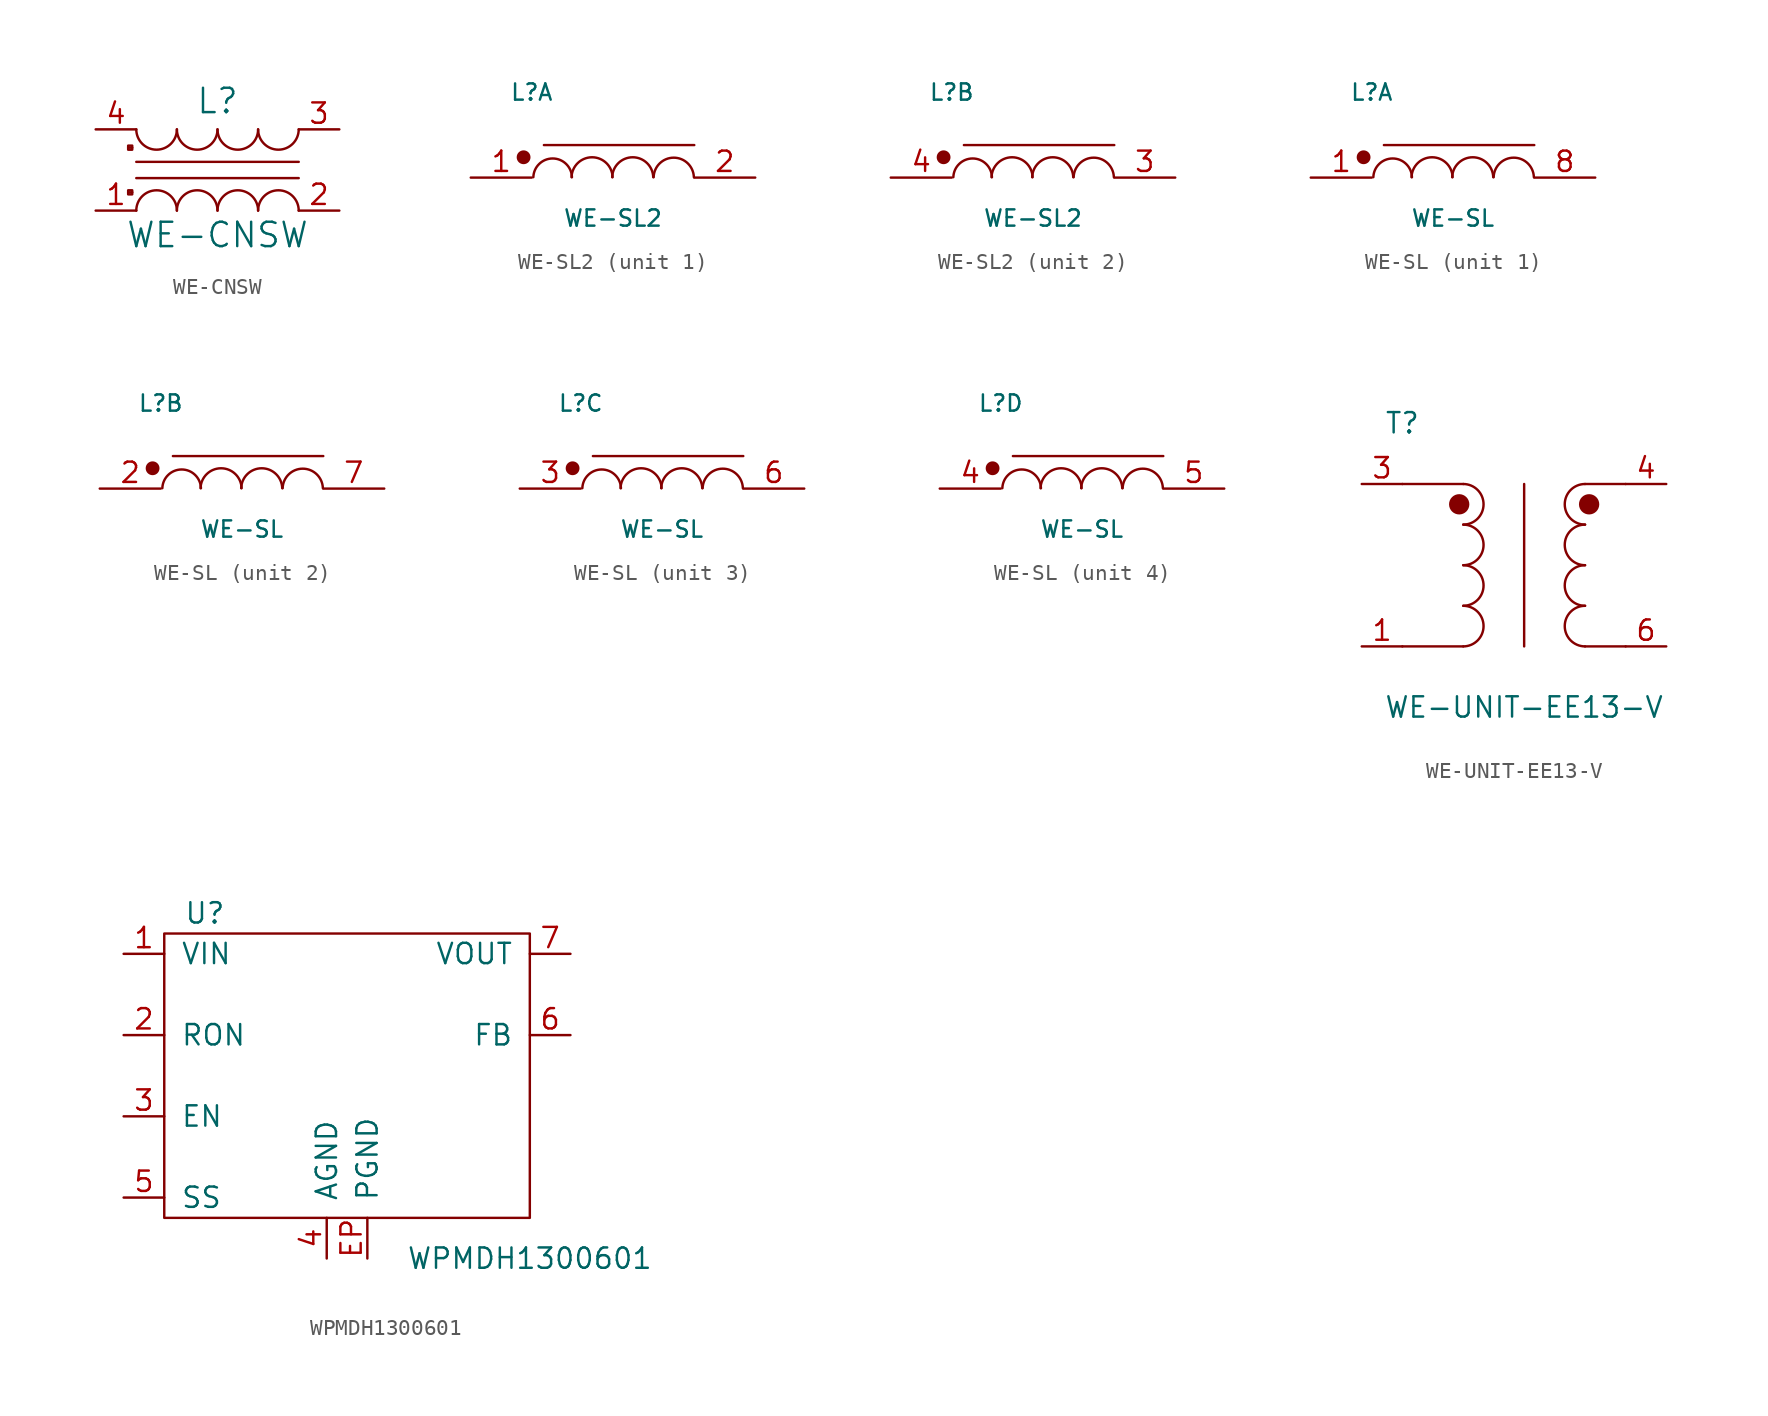
<source format=kicad_sym>
(kicad_symbol_lib
  (version 20211014)
  (generator kicad_symbol_editor)
  (symbol "WE-CNSW"
    (pin_names
      (offset 1.016))
    (property "Reference" "L"
      (at 0 4.318 0)
      (effects (font (size 1.524 1.524))))
    (property "Value" "WE-CNSW"
      (at 0 -4.064 0)
      (effects (font (size 1.524 1.524))))
    (property "Footprint" ""
      (at 0 -0.254 0)
      (effects (font (size 1.524 1.524))))
    (property "Datasheet" ""
      (at 0 -0.254 0)
      (effects (font (size 1.524 1.524))))
    (symbol "WE-CNSW_0_1"
      (arc (start -5.08 2.54) (mid -3.81 1.27) (end -2.54 2.54) (stroke (width 0) (type default) (color 0 0 0 0)) (fill (type none)))
      (arc (start -2.54 -2.54) (mid -3.81 -1.27) (end -5.08 -2.54) (stroke (width 0) (type default) (color 0 0 0 0)) (fill (type none)))
      (arc (start -2.54 2.54) (mid -1.27 1.27) (end 0 2.54) (stroke (width 0) (type default) (color 0 0 0 0)) (fill (type none)))
      (arc (start 0 -2.54) (mid -1.27 -1.27) (end -2.54 -2.54) (stroke (width 0) (type default) (color 0 0 0 0)) (fill (type none)))
      (polyline (pts (xy -5.588 -1.397) (xy -5.334 -1.397)) (stroke (width 0) (type default) (color 0 0 0 0)) (fill (type none)))
      (polyline (pts (xy -5.588 1.397) (xy -5.334 1.397)) (stroke (width 0) (type default) (color 0 0 0 0)) (fill (type none)))
      (polyline (pts (xy -5.08 0.508) (xy 5.08 0.508)) (stroke (width 0) (type default) (color 0 0 0 0)) (fill (type none)))
      (polyline (pts (xy 5.08 -0.508) (xy -5.08 -0.508)) (stroke (width 0) (type default) (color 0 0 0 0)) (fill (type none)))
      (polyline (pts (xy -5.588 -1.27) (xy -5.588 -1.524) (xy -5.334 -1.524) (xy -5.334 -1.27) (xy -5.588 -1.27)) (stroke (width 0) (type default) (color 0 0 0 0)) (fill (type none)))
      (polyline (pts (xy -5.588 1.524) (xy -5.588 1.27) (xy -5.334 1.27) (xy -5.334 1.524) (xy -5.588 1.524)) (stroke (width 0) (type default) (color 0 0 0 0)) (fill (type none)))
      (arc (start 0 2.54) (mid 1.27 1.27) (end 2.54 2.54) (stroke (width 0) (type default) (color 0 0 0 0)) (fill (type none)))
      (arc (start 2.54 -2.54) (mid 1.27 -1.27) (end 0 -2.54) (stroke (width 0) (type default) (color 0 0 0 0)) (fill (type none)))
      (arc (start 2.54 2.54) (mid 3.81 1.27) (end 5.08 2.54) (stroke (width 0) (type default) (color 0 0 0 0)) (fill (type none)))
      (arc (start 5.08 -2.54) (mid 3.81 -1.27) (end 2.54 -2.54) (stroke (width 0) (type default) (color 0 0 0 0)) (fill (type none))))
    (symbol "WE-CNSW_1_1"
      (pin passive line (at -7.62 -2.54 0) (length 2.54) (name "~" (effects (font (size 1.27 1.27)))) (number "1" (effects (font (size 1.27 1.27)))))
      (pin passive line (at 7.62 -2.54 180) (length 2.54) (name "~" (effects (font (size 1.27 1.27)))) (number "2" (effects (font (size 1.27 1.27)))))
      (pin passive line (at 7.62 2.54 180) (length 2.54) (name "~" (effects (font (size 1.27 1.27)))) (number "3" (effects (font (size 1.27 1.27)))))
      (pin passive line (at -7.62 2.54 0) (length 2.54) (name "~" (effects (font (size 1.27 1.27)))) (number "4" (effects (font (size 1.27 1.27)))))))
  (symbol "WE-SL2"
    (pin_names
      (offset 1.016) hide)
    (property "Reference" "L"
      (at -5.08 5.334 0)
      (effects (font (size 1.016 1.016))))
    (property "Value" "WE-SL2"
      (at 0 -2.54 0)
      (effects (font (size 1.016 1.016))))
    (property "Footprint" ""
      (at 0 0 0)
      (effects (font (size 1.524 1.524))))
    (property "Datasheet" ""
      (at 0 0 0)
      (effects (font (size 1.524 1.524))))
    (symbol "WE-SL2_0_1"
      (circle (center -5.588 1.27) (radius 0.356) (stroke (width 0) (type default) (color 0 0 0 0)) (fill (type outline)))
      (arc (start -2.5654 0.0254) (mid -3.7595 1.1941) (end -4.9784 0.0254) (stroke (width 0) (type default) (color 0 0 0 0)) (fill (type none)))
      (arc (start -0.0254 0.0254) (mid -1.2956 1.2703) (end -2.5908 0.0254) (stroke (width 0) (type default) (color 0 0 0 0)) (fill (type none)))
      (polyline (pts (xy -4.318 2.032) (xy 5.08 2.032)) (stroke (width 0) (type default) (color 0 0 0 0)) (fill (type none)))
      (arc (start 2.5146 0.0254) (mid 1.2444 1.2703) (end -0.0508 0.0254) (stroke (width 0) (type default) (color 0 0 0 0)) (fill (type none)))
      (arc (start 5.0546 0.0254) (mid 3.8097 1.2449) (end 2.54 0.0254) (stroke (width 0) (type default) (color 0 0 0 0)) (fill (type none))))
    (symbol "WE-SL2_1_1"
      (pin passive line (at -8.89 0 0) (length 3.81) (name "3" (effects (font (size 1.27 1.27)))) (number "1" (effects (font (size 1.27 1.27)))))
      (pin passive line (at 8.89 0 180) (length 3.81) (name "4" (effects (font (size 1.27 1.27)))) (number "2" (effects (font (size 1.27 1.27))))))
    (symbol "WE-SL2_2_1"
      (pin passive line (at 8.89 0 180) (length 3.81) (name "3" (effects (font (size 1.27 1.27)))) (number "3" (effects (font (size 1.27 1.27)))))
      (pin passive line (at -8.89 0 0) (length 3.81) (name "4" (effects (font (size 1.27 1.27)))) (number "4" (effects (font (size 1.27 1.27)))))))
  (symbol "WE-SL"
    (pin_names
      (offset 1.016) hide)
    (property "Reference" "L"
      (at -5.08 5.334 0)
      (effects (font (size 1.016 1.016))))
    (property "Value" "WE-SL"
      (at 0 -2.54 0)
      (effects (font (size 1.016 1.016))))
    (property "Footprint" ""
      (at 0 0 0)
      (effects (font (size 1.524 1.524))))
    (property "Datasheet" ""
      (at 0 0 0)
      (effects (font (size 1.524 1.524))))
    (symbol "WE-SL_0_1"
      (circle (center -5.588 1.27) (radius 0.356) (stroke (width 0) (type default) (color 0 0 0 0)) (fill (type outline)))
      (arc (start -2.5654 0.0254) (mid -3.7595 1.1941) (end -4.9784 0.0254) (stroke (width 0) (type default) (color 0 0 0 0)) (fill (type none)))
      (arc (start -0.0254 0.0254) (mid -1.2956 1.2703) (end -2.5908 0.0254) (stroke (width 0) (type default) (color 0 0 0 0)) (fill (type none)))
      (polyline (pts (xy -4.318 2.032) (xy 5.08 2.032)) (stroke (width 0) (type default) (color 0 0 0 0)) (fill (type none)))
      (arc (start 2.5146 0.0254) (mid 1.2444 1.2703) (end -0.0508 0.0254) (stroke (width 0) (type default) (color 0 0 0 0)) (fill (type none)))
      (arc (start 5.0546 0.0254) (mid 3.8097 1.2449) (end 2.54 0.0254) (stroke (width 0) (type default) (color 0 0 0 0)) (fill (type none))))
    (symbol "WE-SL_1_1"
      (pin passive line (at -8.89 0 0) (length 3.81) (name "1" (effects (font (size 1.27 1.27)))) (number "1" (effects (font (size 1.27 1.27)))))
      (pin passive line (at 8.89 0 180) (length 3.81) (name "8" (effects (font (size 1.27 1.27)))) (number "8" (effects (font (size 1.27 1.27))))))
    (symbol "WE-SL_2_1"
      (pin passive line (at -8.89 0 0) (length 3.81) (name "2" (effects (font (size 1.27 1.27)))) (number "2" (effects (font (size 1.27 1.27)))))
      (pin passive line (at 8.89 0 180) (length 3.81) (name "7" (effects (font (size 1.27 1.27)))) (number "7" (effects (font (size 1.27 1.27))))))
    (symbol "WE-SL_3_1"
      (pin passive line (at -8.89 0 0) (length 3.81) (name "3" (effects (font (size 1.27 1.27)))) (number "3" (effects (font (size 1.27 1.27)))))
      (pin passive line (at 8.89 0 180) (length 3.81) (name "6" (effects (font (size 1.27 1.27)))) (number "6" (effects (font (size 1.27 1.27))))))
    (symbol "WE-SL_4_1"
      (pin passive line (at -8.89 0 0) (length 3.81) (name "4" (effects (font (size 1.27 1.27)))) (number "4" (effects (font (size 1.27 1.27)))))
      (pin passive line (at 8.89 0 180) (length 3.81) (name "5" (effects (font (size 1.27 1.27)))) (number "5" (effects (font (size 1.27 1.27)))))))
  (symbol "WE-UNIT-EE13-V"
    (pin_names
      (offset 1.016))
    (property "Reference" "T"
      (at -7.62 8.89 0)
      (effects (font (size 1.27 1.27))))
    (property "Value" "WE-UNIT-EE13-V"
      (at 0 -8.89 0)
      (effects (font (size 1.27 1.27))))
    (symbol "WE-UNIT-EE13-V_0_1"
      (circle (center -4.064 3.81) (radius 0.559) (stroke (width 0) (type default) (color 0 0 0 0)) (fill (type outline)))
      (arc (start -3.81 -5.08) (mid -2.54 -3.81) (end -3.81 -2.54) (stroke (width 0) (type default) (color 0 0 0 0)) (fill (type none)))
      (arc (start -3.81 -2.54) (mid -2.54 -1.27) (end -3.81 0) (stroke (width 0) (type default) (color 0 0 0 0)) (fill (type none)))
      (arc (start -3.81 0) (mid -2.54 1.27) (end -3.81 2.54) (stroke (width 0) (type default) (color 0 0 0 0)) (fill (type none)))
      (arc (start -3.81 2.54) (mid -2.54 3.81) (end -3.81 5.08) (stroke (width 0) (type default) (color 0 0 0 0)) (fill (type none)))
      (polyline (pts (xy -7.62 -5.08) (xy -3.81 -5.08)) (stroke (width 0) (type default) (color 0 0 0 0)) (fill (type none)))
      (polyline (pts (xy -7.62 5.08) (xy -3.81 5.08)) (stroke (width 0) (type default) (color 0 0 0 0)) (fill (type none)))
      (polyline (pts (xy 0 5.08) (xy 0 -5.08)) (stroke (width 0) (type default) (color 0 0 0 0)) (fill (type none)))
      (polyline (pts (xy 6.35 -5.08) (xy 3.81 -5.08)) (stroke (width 0) (type default) (color 0 0 0 0)) (fill (type none)))
      (polyline (pts (xy 6.35 5.08) (xy 3.81 5.08)) (stroke (width 0) (type default) (color 0 0 0 0)) (fill (type none)))
      (arc (start 3.81 -2.54) (mid 2.54 -3.81) (end 3.81 -5.08) (stroke (width 0) (type default) (color 0 0 0 0)) (fill (type none)))
      (arc (start 3.81 0) (mid 2.54 -1.27) (end 3.81 -2.54) (stroke (width 0) (type default) (color 0 0 0 0)) (fill (type none)))
      (arc (start 3.81 2.54) (mid 2.54 1.27) (end 3.81 0) (stroke (width 0) (type default) (color 0 0 0 0)) (fill (type none)))
      (arc (start 3.81 5.08) (mid 2.54 3.81) (end 3.81 2.54) (stroke (width 0) (type default) (color 0 0 0 0)) (fill (type none))))
    (symbol "WE-UNIT-EE13-V_1_1"
      (circle (center 4.064 3.81) (radius 0.559) (stroke (width 0) (type default) (color 0 0 0 0)) (fill (type outline)))
      (pin passive line (at -10.16 -5.08 0) (length 2.54) (name "~" (effects (font (size 1.27 1.27)))) (number "1" (effects (font (size 1.27 1.27)))))
      (pin passive line (at -10.16 5.08 0) (length 2.54) (name "~" (effects (font (size 1.27 1.27)))) (number "3" (effects (font (size 1.27 1.27)))))
      (pin passive line (at 8.89 5.08 180) (length 2.54) (name "~" (effects (font (size 1.27 1.27)))) (number "4" (effects (font (size 1.27 1.27)))))
      (pin passive line (at 8.89 -5.08 180) (length 2.54) (name "~" (effects (font (size 1.27 1.27)))) (number "6" (effects (font (size 1.27 1.27)))))))
  (symbol "WPMDH1300601"
    (pin_names
      (offset 1.016))
    (property "Reference" "U"
      (at -8.89 10.16 0)
      (effects (font (size 1.27 1.27))))
    (property "Value" "WPMDH1300601"
      (at 11.43 -11.43 0)
      (effects (font (size 1.27 1.27))))
    (symbol "WPMDH1300601_0_1"
      (rectangle (start -11.43 8.89) (end 11.43 -8.89) (stroke (width 0) (type default) (color 0 0 0 0)) (fill (type none))))
    (symbol "WPMDH1300601_1_1"
      (pin passive line (at -13.97 7.62 0) (length 2.54) (name "VIN" (effects (font (size 1.27 1.27)))) (number "1" (effects (font (size 1.27 1.27)))))
      (pin passive line (at -13.97 2.54 0) (length 2.54) (name "RON" (effects (font (size 1.27 1.27)))) (number "2" (effects (font (size 1.27 1.27)))))
      (pin passive line (at -13.97 -2.54 0) (length 2.54) (name "EN" (effects (font (size 1.27 1.27)))) (number "3" (effects (font (size 1.27 1.27)))))
      (pin passive line (at -1.27 -11.43 90) (length 2.54) (name "AGND" (effects (font (size 1.27 1.27)))) (number "4" (effects (font (size 1.27 1.27)))))
      (pin passive line (at -13.97 -7.62 0) (length 2.54) (name "SS" (effects (font (size 1.27 1.27)))) (number "5" (effects (font (size 1.27 1.27)))))
      (pin passive line (at 13.97 2.54 180) (length 2.54) (name "FB" (effects (font (size 1.27 1.27)))) (number "6" (effects (font (size 1.27 1.27)))))
      (pin passive line (at 13.97 7.62 180) (length 2.54) (name "VOUT" (effects (font (size 1.27 1.27)))) (number "7" (effects (font (size 1.27 1.27)))))
      (pin passive line (at 1.27 -11.43 90) (length 2.54) (name "PGND" (effects (font (size 1.27 1.27)))) (number "EP" (effects (font (size 1.27 1.27))))))))
</source>
